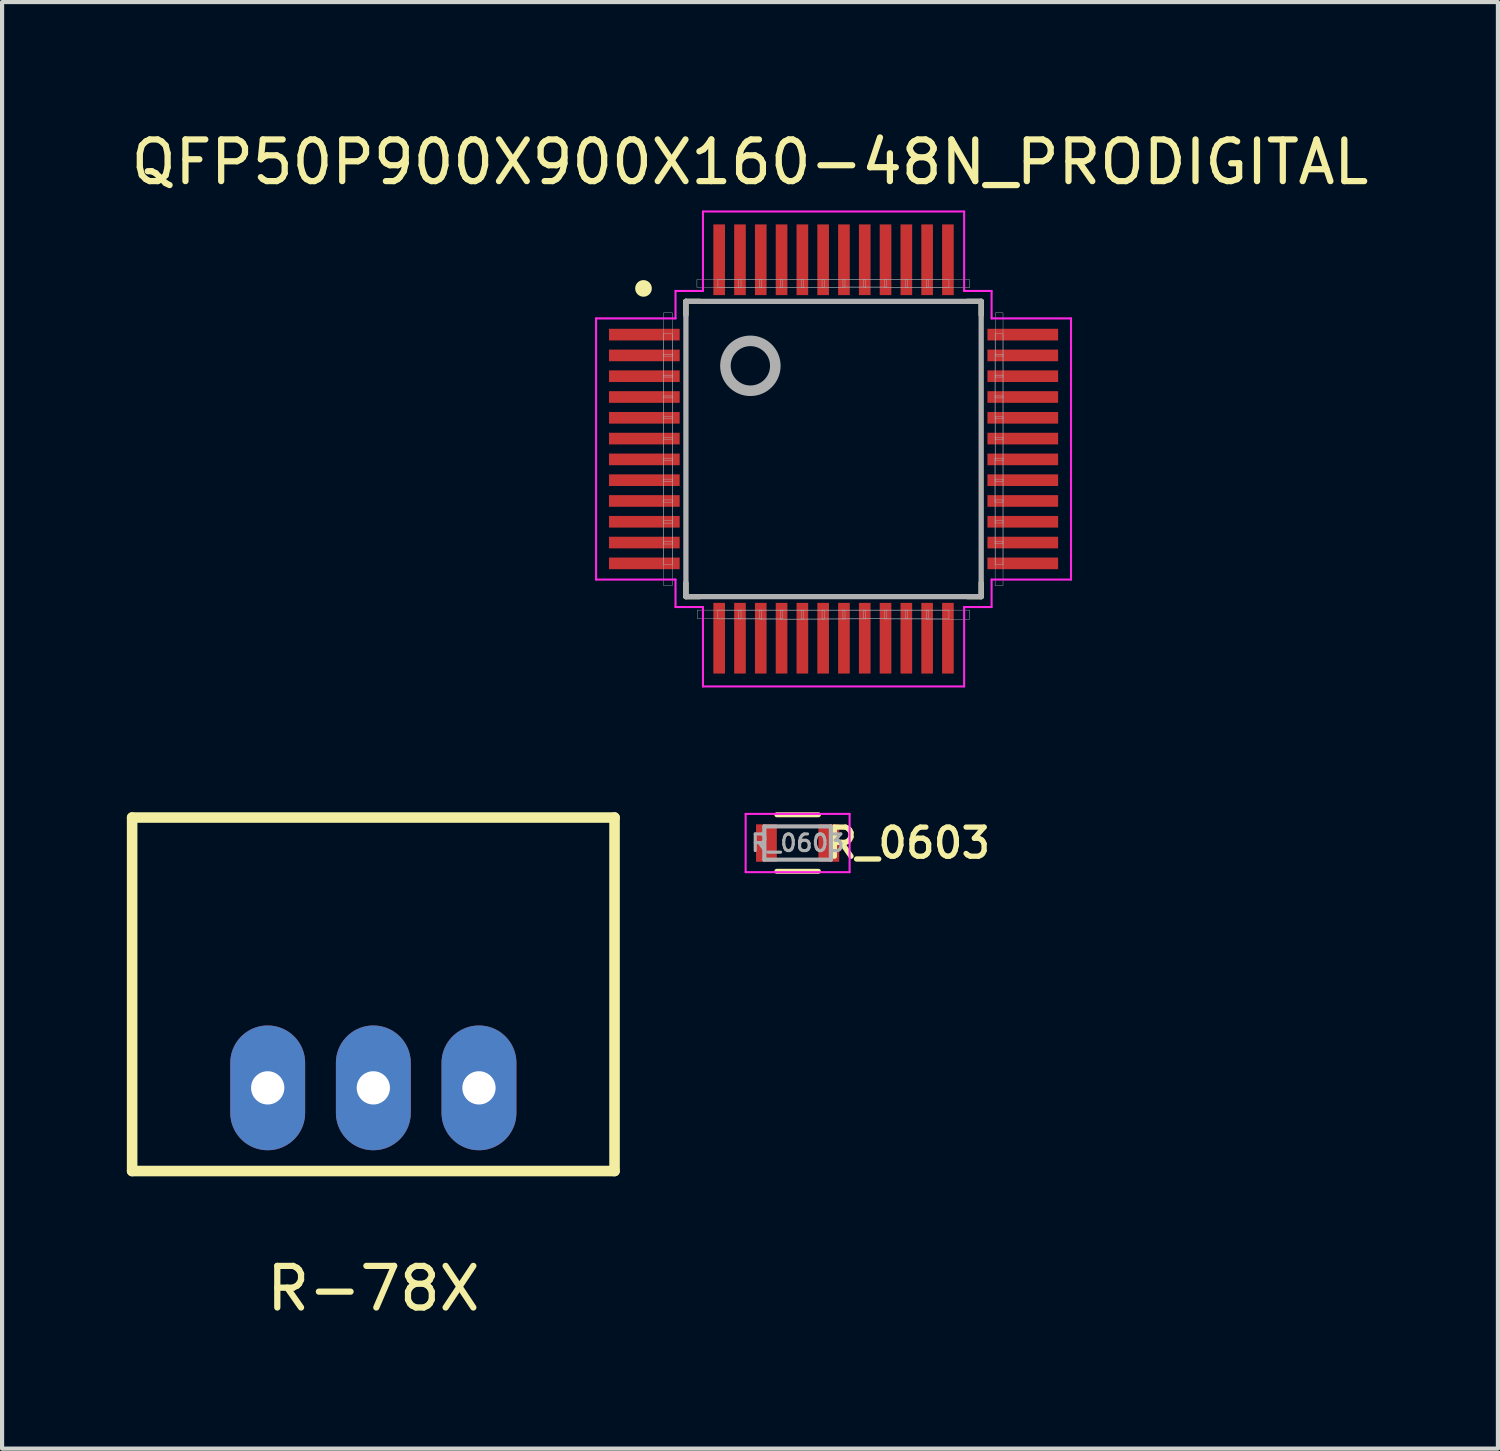
<source format=kicad_pcb>
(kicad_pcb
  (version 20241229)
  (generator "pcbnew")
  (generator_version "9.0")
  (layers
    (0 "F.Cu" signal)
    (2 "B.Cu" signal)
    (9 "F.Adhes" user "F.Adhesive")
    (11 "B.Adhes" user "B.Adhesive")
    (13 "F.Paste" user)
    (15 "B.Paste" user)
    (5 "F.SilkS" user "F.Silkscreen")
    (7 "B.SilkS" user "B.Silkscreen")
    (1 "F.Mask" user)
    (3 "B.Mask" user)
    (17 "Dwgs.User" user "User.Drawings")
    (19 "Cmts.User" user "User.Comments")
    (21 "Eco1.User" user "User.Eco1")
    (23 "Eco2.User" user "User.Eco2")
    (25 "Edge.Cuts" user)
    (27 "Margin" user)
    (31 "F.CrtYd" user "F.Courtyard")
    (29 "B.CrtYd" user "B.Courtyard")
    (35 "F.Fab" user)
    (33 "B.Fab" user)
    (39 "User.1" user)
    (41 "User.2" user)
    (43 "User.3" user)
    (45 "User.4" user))
  (footprint "R_0603"
    (layer "F.Cu")
    (at 16.129 17.221)
    (property "Reference" "R_0603" (at 2.667 0 0) (layer "F.SilkS") (effects (font (size 0.7 0.7) (thickness 0.127))))
    (attr smd)
    (fp_line (start -0.5 -0.68) (end 0.5 -0.68) (stroke (width 0.12) (type solid)) (layer "F.SilkS"))
    (fp_line (start 0.5 0.68) (end -0.5 0.68) (stroke (width 0.12) (type solid)) (layer "F.SilkS"))
    (fp_line (start -1.25 -0.7) (end -1.25 0.7) (stroke (width 0.05) (type solid)) (layer "F.CrtYd"))
    (fp_line (start -1.25 -0.7) (end 1.25 -0.7) (stroke (width 0.05) (type solid)) (layer "F.CrtYd"))
    (fp_line (start 1.25 0.7) (end -1.25 0.7) (stroke (width 0.05) (type solid)) (layer "F.CrtYd"))
    (fp_line (start 1.25 0.7) (end 1.25 -0.7) (stroke (width 0.05) (type solid)) (layer "F.CrtYd"))
    (fp_line (start -0.8 -0.4) (end 0.8 -0.4) (stroke (width 0.1) (type solid)) (layer "F.Fab"))
    (fp_line (start -0.8 0.4) (end -0.8 -0.4) (stroke (width 0.1) (type solid)) (layer "F.Fab"))
    (fp_line (start 0.8 -0.4) (end 0.8 0.4) (stroke (width 0.1) (type solid)) (layer "F.Fab"))
    (fp_line (start 0.8 0.4) (end -0.8 0.4) (stroke (width 0.1) (type solid)) (layer "F.Fab"))
    (fp_text user "${REFERENCE}" (at 0 0 0) (layer "F.Fab") (effects (font (size 0.4 0.4) (thickness 0.075))))
    (pad "1" smd rect (at -0.75 0) (size 0.5 0.9) (layers "F.Cu" "F.Mask" "F.Paste"))
    (pad "2" smd rect (at 0.75 0) (size 0.5 0.9) (layers "F.Cu" "F.Mask" "F.Paste")))
  (footprint "R-78X"
    (layer "F.Cu")
    (at 5.927 23.108)
    (property "Reference" "R-78X" (at 0 4.826 0) (layer "F.SilkS") (effects (font (size 1 1) (thickness 0.15))))
    (attr through_hole)
    (fp_line (start -5.8 -6.5) (end -5.8 2) (stroke (width 0.254) (type solid)) (layer "F.SilkS"))
    (fp_line (start -5.8 2) (end 5.8 2) (stroke (width 0.254) (type solid)) (layer "F.SilkS"))
    (fp_line (start 5.8 -6.5) (end -5.8 -6.5) (stroke (width 0.254) (type solid)) (layer "F.SilkS"))
    (fp_line (start 5.8 2) (end 5.8 -6.5) (stroke (width 0.254) (type solid)) (layer "F.SilkS"))
    (pad "1" thru_hole oval (at -2.54 0) (size 1.8 3) (drill 0.8) (layers "*.Cu" "*.Mask"))
    (pad "2" thru_hole oval (at 0 0) (size 1.8 3) (drill 0.8) (layers "*.Cu" "*.Mask"))
    (pad "3" thru_hole oval (at 2.54 0) (size 1.8 3) (drill 0.8) (layers "*.Cu" "*.Mask")))
  (footprint "QFP50P900X900X160-48N_PRODIGITAL"
    (layer "F.Cu")
    (at 16.993 7.746)
    (property "Reference" "QFP50P900X900X160-48N_PRODIGITAL" (at -2.009 -6.897 0) (layer "F.SilkS") (effects (font (size 1.002 1.002) (thickness 0.15))))
    (attr through_hole)
    (fp_line (start -3.55 -3.55) (end -3.22 -3.55) (stroke (width 0.127) (type solid)) (layer "F.SilkS"))
    (fp_line (start -3.55 -3.22) (end -3.55 -3.55) (stroke (width 0.127) (type solid)) (layer "F.SilkS"))
    (fp_line (start -3.55 3.55) (end -3.55 3.22) (stroke (width 0.127) (type solid)) (layer "F.SilkS"))
    (fp_line (start -3.22 3.55) (end -3.55 3.55) (stroke (width 0.127) (type solid)) (layer "F.SilkS"))
    (fp_line (start 3.22 -3.55) (end 3.55 -3.55) (stroke (width 0.127) (type solid)) (layer "F.SilkS"))
    (fp_line (start 3.55 -3.55) (end 3.55 -3.22) (stroke (width 0.127) (type solid)) (layer "F.SilkS"))
    (fp_line (start 3.55 3.22) (end 3.55 3.55) (stroke (width 0.127) (type solid)) (layer "F.SilkS"))
    (fp_line (start 3.55 3.55) (end 3.22 3.55) (stroke (width 0.127) (type solid)) (layer "F.SilkS"))
    (fp_circle (center -4.57 -3.861) (end -4.47 -3.861) (stroke (width 0.2) (type solid)) (fill no) (layer "F.SilkS"))
    (fp_line (start -5.71 -3.14) (end -3.8 -3.14) (stroke (width 0.05) (type solid)) (layer "F.CrtYd"))
    (fp_line (start -5.71 3.14) (end -5.71 -3.14) (stroke (width 0.05) (type solid)) (layer "F.CrtYd"))
    (fp_line (start -3.8 -3.8) (end -3.14 -3.8) (stroke (width 0.05) (type solid)) (layer "F.CrtYd"))
    (fp_line (start -3.8 -3.14) (end -3.8 -3.8) (stroke (width 0.05) (type solid)) (layer "F.CrtYd"))
    (fp_line (start -3.8 3.14) (end -5.71 3.14) (stroke (width 0.05) (type solid)) (layer "F.CrtYd"))
    (fp_line (start -3.8 3.8) (end -3.8 3.14) (stroke (width 0.05) (type solid)) (layer "F.CrtYd"))
    (fp_line (start -3.14 -5.71) (end 3.14 -5.71) (stroke (width 0.05) (type solid)) (layer "F.CrtYd"))
    (fp_line (start -3.14 -3.8) (end -3.14 -5.71) (stroke (width 0.05) (type solid)) (layer "F.CrtYd"))
    (fp_line (start -3.14 3.8) (end -3.8 3.8) (stroke (width 0.05) (type solid)) (layer "F.CrtYd"))
    (fp_line (start -3.14 5.71) (end -3.14 3.8) (stroke (width 0.05) (type solid)) (layer "F.CrtYd"))
    (fp_line (start 3.14 -5.71) (end 3.14 -3.8) (stroke (width 0.05) (type solid)) (layer "F.CrtYd"))
    (fp_line (start 3.14 -3.8) (end 3.8 -3.8) (stroke (width 0.05) (type solid)) (layer "F.CrtYd"))
    (fp_line (start 3.14 3.8) (end 3.14 5.71) (stroke (width 0.05) (type solid)) (layer "F.CrtYd"))
    (fp_line (start 3.14 5.71) (end -3.14 5.71) (stroke (width 0.05) (type solid)) (layer "F.CrtYd"))
    (fp_line (start 3.8 -3.8) (end 3.8 -3.14) (stroke (width 0.05) (type solid)) (layer "F.CrtYd"))
    (fp_line (start 3.8 -3.14) (end 5.71 -3.14) (stroke (width 0.05) (type solid)) (layer "F.CrtYd"))
    (fp_line (start 3.8 3.14) (end 3.8 3.8) (stroke (width 0.05) (type solid)) (layer "F.CrtYd"))
    (fp_line (start 3.8 3.8) (end 3.14 3.8) (stroke (width 0.05) (type solid)) (layer "F.CrtYd"))
    (fp_line (start 5.71 -3.14) (end 5.71 3.14) (stroke (width 0.05) (type solid)) (layer "F.CrtYd"))
    (fp_line (start 5.71 3.14) (end 3.8 3.14) (stroke (width 0.05) (type solid)) (layer "F.CrtYd"))
    (fp_line (start -3.55 -3.55) (end 3.55 -3.55) (stroke (width 0.127) (type solid)) (layer "F.Fab"))
    (fp_line (start -3.55 3.55) (end -3.55 -3.55) (stroke (width 0.127) (type solid)) (layer "F.Fab"))
    (fp_line (start 3.55 -3.55) (end 3.55 3.55) (stroke (width 0.127) (type solid)) (layer "F.Fab"))
    (fp_line (start 3.55 3.55) (end -3.55 3.55) (stroke (width 0.127) (type solid)) (layer "F.Fab"))
    (fp_circle (center -2 -2) (end -1.4 -2) (stroke (width 0.254) (type solid)) (fill no) (layer "F.Fab"))
    (fp_poly (pts (xy -4.093 1.225) (xy -3.875 1.225) (xy -3.875 2.285) (xy -4.093 2.285)) (stroke (width 0.01) (type solid)) (fill no) (layer "F.Fab"))
    (fp_poly (pts (xy -4.092 0.725) (xy -3.875 0.725) (xy -3.875 1.782) (xy -4.092 1.782)) (stroke (width 0.01) (type solid)) (fill no) (layer "F.Fab"))
    (fp_poly (pts (xy -4.09 -1.775) (xy -3.875 -1.775) (xy -3.875 -0.728) (xy -4.09 -0.728)) (stroke (width 0.01) (type solid)) (fill no) (layer "F.Fab"))
    (fp_poly (pts (xy -4.089 -2.275) (xy -3.875 -2.275) (xy -3.875 -1.229) (xy -4.089 -1.229)) (stroke (width 0.01) (type solid)) (fill no) (layer "F.Fab"))
    (fp_poly (pts (xy -4.089 -3.275) (xy -3.875 -3.275) (xy -3.875 -2.233) (xy -4.089 -2.233)) (stroke (width 0.01) (type solid)) (fill no) (layer "F.Fab"))
    (fp_poly (pts (xy -4.088 2.225) (xy -3.875 2.225) (xy -3.875 3.285) (xy -4.088 3.285)) (stroke (width 0.01) (type solid)) (fill no) (layer "F.Fab"))
    (fp_poly (pts (xy -4.088 -1.275) (xy -3.875 -1.275) (xy -3.875 -0.226) (xy -4.088 -0.226)) (stroke (width 0.01) (type solid)) (fill no) (layer "F.Fab"))
    (fp_poly (pts (xy -4.086 -0.775) (xy -3.875 -0.775) (xy -3.875 0.276) (xy -4.086 0.276)) (stroke (width 0.01) (type solid)) (fill no) (layer "F.Fab"))
    (fp_poly (pts (xy -4.086 0.225) (xy -3.875 0.225) (xy -3.875 1.278) (xy -4.086 1.278)) (stroke (width 0.01) (type solid)) (fill no) (layer "F.Fab"))
    (fp_poly (pts (xy -4.086 -2.775) (xy -3.875 -2.775) (xy -3.875 -1.73) (xy -4.086 -1.73)) (stroke (width 0.01) (type solid)) (fill no) (layer "F.Fab"))
    (fp_poly (pts (xy -4.084 -0.275) (xy -3.875 -0.275) (xy -3.875 0.777) (xy -4.084 0.777)) (stroke (width 0.01) (type solid)) (fill no) (layer "F.Fab"))
    (fp_poly (pts (xy -4.082 1.725) (xy -3.875 1.725) (xy -3.875 2.78) (xy -4.082 2.78)) (stroke (width 0.01) (type solid)) (fill no) (layer "F.Fab"))
    (fp_poly (pts (xy -3.286 -4.075) (xy -2.225 -4.075) (xy -2.225 -3.888) (xy -3.286 -3.888)) (stroke (width 0.01) (type solid)) (fill no) (layer "F.Fab"))
    (fp_poly (pts (xy -3.278 3.875) (xy -2.225 3.875) (xy -2.225 4.079) (xy -3.278 4.079)) (stroke (width 0.01) (type solid)) (fill no) (layer "F.Fab"))
    (fp_poly (pts (xy -2.783 3.875) (xy -1.725 3.875) (xy -1.725 4.086) (xy -2.783 4.086)) (stroke (width 0.01) (type solid)) (fill no) (layer "F.Fab"))
    (fp_poly (pts (xy -2.781 -4.075) (xy -1.725 -4.075) (xy -1.725 -3.883) (xy -2.781 -3.883)) (stroke (width 0.01) (type solid)) (fill no) (layer "F.Fab"))
    (fp_poly (pts (xy -2.282 -4.075) (xy -1.225 -4.075) (xy -1.225 -3.887) (xy -2.282 -3.887)) (stroke (width 0.01) (type solid)) (fill no) (layer "F.Fab"))
    (fp_poly (pts (xy -2.28 3.875) (xy -1.225 3.875) (xy -1.225 4.084) (xy -2.28 4.084)) (stroke (width 0.01) (type solid)) (fill no) (layer "F.Fab"))
    (fp_poly (pts (xy -1.782 3.875) (xy -0.725 3.875) (xy -0.725 4.091) (xy -1.782 4.091)) (stroke (width 0.01) (type solid)) (fill no) (layer "F.Fab"))
    (fp_poly (pts (xy -1.778 -4.075) (xy -0.725 -4.075) (xy -0.725 -3.882) (xy -1.778 -3.882)) (stroke (width 0.01) (type solid)) (fill no) (layer "F.Fab"))
    (fp_poly (pts (xy -1.28 3.875) (xy -0.225 3.875) (xy -0.225 4.091) (xy -1.28 4.091)) (stroke (width 0.01) (type solid)) (fill no) (layer "F.Fab"))
    (fp_poly (pts (xy -1.278 -4.075) (xy -0.225 -4.075) (xy -0.225 -3.885) (xy -1.278 -3.885)) (stroke (width 0.01) (type solid)) (fill no) (layer "F.Fab"))
    (fp_poly (pts (xy -0.778 3.875) (xy 0.275 3.875) (xy 0.275 4.088) (xy -0.778 4.088)) (stroke (width 0.01) (type solid)) (fill no) (layer "F.Fab"))
    (fp_poly (pts (xy -0.777 -4.075) (xy 0.275 -4.075) (xy 0.275 -3.884) (xy -0.777 -3.884)) (stroke (width 0.01) (type solid)) (fill no) (layer "F.Fab"))
    (fp_poly (pts (xy -0.276 -4.075) (xy 0.775 -4.075) (xy 0.775 -3.886) (xy -0.276 -3.886)) (stroke (width 0.01) (type solid)) (fill no) (layer "F.Fab"))
    (fp_poly (pts (xy -0.276 3.875) (xy 0.775 3.875) (xy 0.775 4.086) (xy -0.276 4.086)) (stroke (width 0.01) (type solid)) (fill no) (layer "F.Fab"))
    (fp_poly (pts (xy 0.225 3.875) (xy 1.275 3.875) (xy 1.275 4.082) (xy 0.225 4.082)) (stroke (width 0.01) (type solid)) (fill no) (layer "F.Fab"))
    (fp_poly (pts (xy 0.226 -4.075) (xy 1.275 -4.075) (xy 1.275 -3.895) (xy 0.226 -3.895)) (stroke (width 0.01) (type solid)) (fill no) (layer "F.Fab"))
    (fp_poly (pts (xy 0.726 3.875) (xy 1.775 3.875) (xy 1.775 4.081) (xy 0.726 4.081)) (stroke (width 0.01) (type solid)) (fill no) (layer "F.Fab"))
    (fp_poly (pts (xy 0.727 -4.075) (xy 1.775 -4.075) (xy 1.775 -3.887) (xy 0.727 -3.887)) (stroke (width 0.01) (type solid)) (fill no) (layer "F.Fab"))
    (fp_poly (pts (xy 1.228 -4.075) (xy 2.275 -4.075) (xy 2.275 -3.885) (xy 1.228 -3.885)) (stroke (width 0.01) (type solid)) (fill no) (layer "F.Fab"))
    (fp_poly (pts (xy 1.229 3.875) (xy 2.275 3.875) (xy 2.275 4.088) (xy 1.229 4.088)) (stroke (width 0.01) (type solid)) (fill no) (layer "F.Fab"))
    (fp_poly (pts (xy 1.728 3.875) (xy 2.775 3.875) (xy 2.775 4.082) (xy 1.728 4.082)) (stroke (width 0.01) (type solid)) (fill no) (layer "F.Fab"))
    (fp_poly (pts (xy 1.729 -4.075) (xy 2.775 -4.075) (xy 2.775 -3.884) (xy 1.729 -3.884)) (stroke (width 0.01) (type solid)) (fill no) (layer "F.Fab"))
    (fp_poly (pts (xy 2.23 -4.075) (xy 3.275 -4.075) (xy 3.275 -3.883) (xy 2.23 -3.883)) (stroke (width 0.01) (type solid)) (fill no) (layer "F.Fab"))
    (fp_poly (pts (xy 2.235 3.875) (xy 3.275 3.875) (xy 3.275 4.094) (xy 2.235 4.094)) (stroke (width 0.01) (type solid)) (fill no) (layer "F.Fab"))
    (fp_poly (pts (xy 3.88 0.225) (xy 4.075 0.225) (xy 4.075 1.277) (xy 3.88 1.277)) (stroke (width 0.01) (type solid)) (fill no) (layer "F.Fab"))
    (fp_poly (pts (xy 3.883 1.225) (xy 4.075 1.225) (xy 4.075 2.28) (xy 3.883 2.28)) (stroke (width 0.01) (type solid)) (fill no) (layer "F.Fab"))
    (fp_poly (pts (xy 3.883 -1.775) (xy 4.075 -1.775) (xy 4.075 -0.727) (xy 3.883 -0.727)) (stroke (width 0.01) (type solid)) (fill no) (layer "F.Fab"))
    (fp_poly (pts (xy 3.885 -2.775) (xy 4.075 -2.775) (xy 4.075 -1.729) (xy 3.885 -1.729)) (stroke (width 0.01) (type solid)) (fill no) (layer "F.Fab"))
    (fp_poly (pts (xy 3.885 2.225) (xy 4.075 2.225) (xy 4.075 3.283) (xy 3.885 3.283)) (stroke (width 0.01) (type solid)) (fill no) (layer "F.Fab"))
    (fp_poly (pts (xy 3.885 -1.275) (xy 4.075 -1.275) (xy 4.075 -0.226) (xy 3.885 -0.226)) (stroke (width 0.01) (type solid)) (fill no) (layer "F.Fab"))
    (fp_poly (pts (xy 3.885 -2.275) (xy 4.075 -2.275) (xy 4.075 -1.228) (xy 3.885 -1.228)) (stroke (width 0.01) (type solid)) (fill no) (layer "F.Fab"))
    (fp_poly (pts (xy 3.886 -0.275) (xy 4.075 -0.275) (xy 4.075 0.777) (xy 3.886 0.777)) (stroke (width 0.01) (type solid)) (fill no) (layer "F.Fab"))
    (fp_poly (pts (xy 3.886 1.725) (xy 4.075 1.725) (xy 4.075 2.783) (xy 3.886 2.783)) (stroke (width 0.01) (type solid)) (fill no) (layer "F.Fab"))
    (fp_poly (pts (xy 3.886 -0.775) (xy 4.075 -0.775) (xy 4.075 0.276) (xy 3.886 0.276)) (stroke (width 0.01) (type solid)) (fill no) (layer "F.Fab"))
    (fp_poly (pts (xy 3.886 0.725) (xy 4.075 0.725) (xy 4.075 1.78) (xy 3.886 1.78)) (stroke (width 0.01) (type solid)) (fill no) (layer "F.Fab"))
    (fp_poly (pts (xy 3.891 -3.275) (xy 4.075 -3.275) (xy 4.075 -2.234) (xy 3.891 -2.234)) (stroke (width 0.01) (type solid)) (fill no) (layer "F.Fab"))
    (pad "1" smd rect (at -4.55 -2.75) (size 1.7 0.28) (layers "F.Cu" "F.Mask" "F.Paste"))
    (pad "2" smd rect (at -4.55 -2.25) (size 1.7 0.28) (layers "F.Cu" "F.Mask" "F.Paste"))
    (pad "3" smd rect (at -4.55 -1.75) (size 1.7 0.28) (layers "F.Cu" "F.Mask" "F.Paste"))
    (pad "4" smd rect (at -4.55 -1.25) (size 1.7 0.28) (layers "F.Cu" "F.Mask" "F.Paste"))
    (pad "5" smd rect (at -4.55 -0.75) (size 1.7 0.28) (layers "F.Cu" "F.Mask" "F.Paste"))
    (pad "6" smd rect (at -4.55 -0.25) (size 1.7 0.28) (layers "F.Cu" "F.Mask" "F.Paste"))
    (pad "7" smd rect (at -4.55 0.25) (size 1.7 0.28) (layers "F.Cu" "F.Mask" "F.Paste"))
    (pad "8" smd rect (at -4.55 0.75) (size 1.7 0.28) (layers "F.Cu" "F.Mask" "F.Paste"))
    (pad "9" smd rect (at -4.55 1.25) (size 1.7 0.28) (layers "F.Cu" "F.Mask" "F.Paste"))
    (pad "10" smd rect (at -4.55 1.75) (size 1.7 0.28) (layers "F.Cu" "F.Mask" "F.Paste"))
    (pad "11" smd rect (at -4.55 2.25) (size 1.7 0.28) (layers "F.Cu" "F.Mask" "F.Paste"))
    (pad "12" smd rect (at -4.55 2.75) (size 1.7 0.28) (layers "F.Cu" "F.Mask" "F.Paste"))
    (pad "13" smd rect (at -2.75 4.55) (size 0.28 1.7) (layers "F.Cu" "F.Mask" "F.Paste"))
    (pad "14" smd rect (at -2.25 4.55) (size 0.28 1.7) (layers "F.Cu" "F.Mask" "F.Paste"))
    (pad "15" smd rect (at -1.75 4.55) (size 0.28 1.7) (layers "F.Cu" "F.Mask" "F.Paste"))
    (pad "16" smd rect (at -1.25 4.55) (size 0.28 1.7) (layers "F.Cu" "F.Mask" "F.Paste"))
    (pad "17" smd rect (at -0.75 4.55) (size 0.28 1.7) (layers "F.Cu" "F.Mask" "F.Paste"))
    (pad "18" smd rect (at -0.25 4.55) (size 0.28 1.7) (layers "F.Cu" "F.Mask" "F.Paste"))
    (pad "19" smd rect (at 0.25 4.55) (size 0.28 1.7) (layers "F.Cu" "F.Mask" "F.Paste"))
    (pad "20" smd rect (at 0.75 4.55) (size 0.28 1.7) (layers "F.Cu" "F.Mask" "F.Paste"))
    (pad "21" smd rect (at 1.25 4.55) (size 0.28 1.7) (layers "F.Cu" "F.Mask" "F.Paste"))
    (pad "22" smd rect (at 1.75 4.55) (size 0.28 1.7) (layers "F.Cu" "F.Mask" "F.Paste"))
    (pad "23" smd rect (at 2.25 4.55) (size 0.28 1.7) (layers "F.Cu" "F.Mask" "F.Paste"))
    (pad "24" smd rect (at 2.75 4.55) (size 0.28 1.7) (layers "F.Cu" "F.Mask" "F.Paste"))
    (pad "25" smd rect (at 4.55 2.75) (size 1.7 0.28) (layers "F.Cu" "F.Mask" "F.Paste"))
    (pad "26" smd rect (at 4.55 2.25) (size 1.7 0.28) (layers "F.Cu" "F.Mask" "F.Paste"))
    (pad "27" smd rect (at 4.55 1.75) (size 1.7 0.28) (layers "F.Cu" "F.Mask" "F.Paste"))
    (pad "28" smd rect (at 4.55 1.25) (size 1.7 0.28) (layers "F.Cu" "F.Mask" "F.Paste"))
    (pad "29" smd rect (at 4.55 0.75) (size 1.7 0.28) (layers "F.Cu" "F.Mask" "F.Paste"))
    (pad "30" smd rect (at 4.55 0.25) (size 1.7 0.28) (layers "F.Cu" "F.Mask" "F.Paste"))
    (pad "31" smd rect (at 4.55 -0.25) (size 1.7 0.28) (layers "F.Cu" "F.Mask" "F.Paste"))
    (pad "32" smd rect (at 4.55 -0.75) (size 1.7 0.28) (layers "F.Cu" "F.Mask" "F.Paste"))
    (pad "33" smd rect (at 4.55 -1.25) (size 1.7 0.28) (layers "F.Cu" "F.Mask" "F.Paste"))
    (pad "34" smd rect (at 4.55 -1.75) (size 1.7 0.28) (layers "F.Cu" "F.Mask" "F.Paste"))
    (pad "35" smd rect (at 4.55 -2.25) (size 1.7 0.28) (layers "F.Cu" "F.Mask" "F.Paste"))
    (pad "36" smd rect (at 4.55 -2.75) (size 1.7 0.28) (layers "F.Cu" "F.Mask" "F.Paste"))
    (pad "37" smd rect (at 2.75 -4.55) (size 0.28 1.7) (layers "F.Cu" "F.Mask" "F.Paste"))
    (pad "38" smd rect (at 2.25 -4.55) (size 0.28 1.7) (layers "F.Cu" "F.Mask" "F.Paste"))
    (pad "39" smd rect (at 1.75 -4.55) (size 0.28 1.7) (layers "F.Cu" "F.Mask" "F.Paste"))
    (pad "40" smd rect (at 1.25 -4.55) (size 0.28 1.7) (layers "F.Cu" "F.Mask" "F.Paste"))
    (pad "41" smd rect (at 0.75 -4.55) (size 0.28 1.7) (layers "F.Cu" "F.Mask" "F.Paste"))
    (pad "42" smd rect (at 0.25 -4.55) (size 0.28 1.7) (layers "F.Cu" "F.Mask" "F.Paste"))
    (pad "43" smd rect (at -0.25 -4.55) (size 0.28 1.7) (layers "F.Cu" "F.Mask" "F.Paste"))
    (pad "44" smd rect (at -0.75 -4.55) (size 0.28 1.7) (layers "F.Cu" "F.Mask" "F.Paste"))
    (pad "45" smd rect (at -1.25 -4.55) (size 0.28 1.7) (layers "F.Cu" "F.Mask" "F.Paste"))
    (pad "46" smd rect (at -1.75 -4.55) (size 0.28 1.7) (layers "F.Cu" "F.Mask" "F.Paste"))
    (pad "47" smd rect (at -2.25 -4.55) (size 0.28 1.7) (layers "F.Cu" "F.Mask" "F.Paste"))
    (pad "48" smd rect (at -2.75 -4.55) (size 0.28 1.7) (layers "F.Cu" "F.Mask" "F.Paste")))
  (gr_rect
    (start -3 -3)
    (end 32.968 31.783)
    (stroke (width 0.1) (type default))
    (fill no)
    (layer "Edge.Cuts")))
</source>
